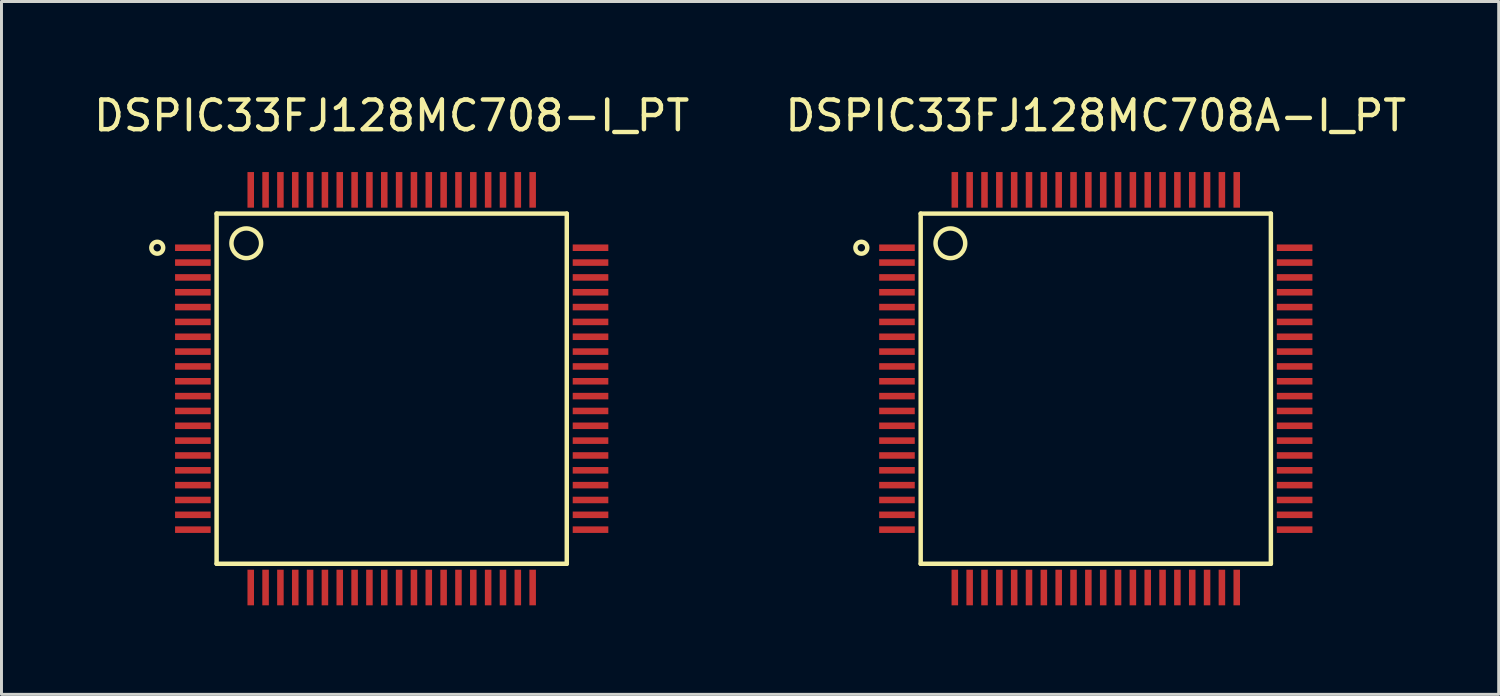
<source format=kicad_pcb>
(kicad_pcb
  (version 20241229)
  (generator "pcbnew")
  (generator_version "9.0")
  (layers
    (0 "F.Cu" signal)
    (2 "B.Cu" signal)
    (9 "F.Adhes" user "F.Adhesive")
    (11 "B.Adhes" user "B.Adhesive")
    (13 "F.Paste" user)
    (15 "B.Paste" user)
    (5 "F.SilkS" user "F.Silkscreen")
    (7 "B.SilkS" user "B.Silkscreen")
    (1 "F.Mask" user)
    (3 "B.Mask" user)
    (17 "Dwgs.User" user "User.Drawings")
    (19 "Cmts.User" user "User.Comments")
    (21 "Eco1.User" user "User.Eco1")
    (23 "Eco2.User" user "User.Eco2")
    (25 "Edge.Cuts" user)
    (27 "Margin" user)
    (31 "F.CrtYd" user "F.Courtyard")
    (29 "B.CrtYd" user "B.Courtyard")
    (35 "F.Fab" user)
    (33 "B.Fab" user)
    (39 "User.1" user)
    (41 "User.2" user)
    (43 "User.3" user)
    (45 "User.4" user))
  (footprint "DSPIC33FJ128MC708-I_PT"
    (layer "F.Cu")
    (at 3.449 3.348)
    (property "Reference" "DSPIC33FJ128MC708-I_PT" (at 6.7 -2.5 0) (layer "F.SilkS") (effects (font (size 1 1) (thickness 0.15))))
    (attr through_hole)
    (fp_line (start 0.8 0.8) (end 0.8 12.6) (stroke (width 0.15) (type solid)) (layer "F.SilkS"))
    (fp_line (start 0.8 0.8) (end 12.6 0.8) (stroke (width 0.15) (type solid)) (layer "F.SilkS"))
    (fp_line (start 0.8 12.6) (end 12.6 12.6) (stroke (width 0.15) (type solid)) (layer "F.SilkS"))
    (fp_line (start 12.6 12.6) (end 12.6 0.8) (stroke (width 0.15) (type solid)) (layer "F.SilkS"))
    (fp_circle (center -1.2 1.95) (end -1.2 1.75) (stroke (width 0.15) (type solid)) (fill no) (layer "F.SilkS"))
    (fp_circle (center 1.8 1.8) (end 1.8 1.3) (stroke (width 0.15) (type solid)) (fill no) (layer "F.SilkS"))
    (pad "1" smd rect (at 0 1.95) (size 1.2 0.22) (layers "F.Cu" "F.Mask" "F.Paste"))
    (pad "2" smd rect (at 0 2.45) (size 1.2 0.22) (layers "F.Cu" "F.Mask" "F.Paste"))
    (pad "3" smd rect (at 0 2.95) (size 1.2 0.22) (layers "F.Cu" "F.Mask" "F.Paste"))
    (pad "4" smd rect (at 0 3.45) (size 1.2 0.22) (layers "F.Cu" "F.Mask" "F.Paste"))
    (pad "5" smd rect (at 0 3.95) (size 1.2 0.22) (layers "F.Cu" "F.Mask" "F.Paste"))
    (pad "6" smd rect (at 0 4.45) (size 1.2 0.22) (layers "F.Cu" "F.Mask" "F.Paste"))
    (pad "7" smd rect (at 0 4.95) (size 1.2 0.22) (layers "F.Cu" "F.Mask" "F.Paste"))
    (pad "8" smd rect (at 0 5.45) (size 1.2 0.22) (layers "F.Cu" "F.Mask" "F.Paste"))
    (pad "9" smd rect (at 0 5.95) (size 1.2 0.22) (layers "F.Cu" "F.Mask" "F.Paste"))
    (pad "10" smd rect (at 0 6.45) (size 1.2 0.22) (layers "F.Cu" "F.Mask" "F.Paste"))
    (pad "11" smd rect (at 0 6.95) (size 1.2 0.22) (layers "F.Cu" "F.Mask" "F.Paste"))
    (pad "12" smd rect (at 0 7.45) (size 1.2 0.22) (layers "F.Cu" "F.Mask" "F.Paste"))
    (pad "13" smd rect (at 0 7.95) (size 1.2 0.22) (layers "F.Cu" "F.Mask" "F.Paste"))
    (pad "14" smd rect (at 0 8.45) (size 1.2 0.22) (layers "F.Cu" "F.Mask" "F.Paste"))
    (pad "15" smd rect (at 0 8.95) (size 1.2 0.22) (layers "F.Cu" "F.Mask" "F.Paste"))
    (pad "16" smd rect (at 0 9.45) (size 1.2 0.22) (layers "F.Cu" "F.Mask" "F.Paste"))
    (pad "17" smd rect (at 0 9.95) (size 1.2 0.22) (layers "F.Cu" "F.Mask" "F.Paste"))
    (pad "18" smd rect (at 0 10.45) (size 1.2 0.22) (layers "F.Cu" "F.Mask" "F.Paste"))
    (pad "19" smd rect (at 0 10.95) (size 1.2 0.22) (layers "F.Cu" "F.Mask" "F.Paste"))
    (pad "20" smd rect (at 0 11.45) (size 1.2 0.22) (layers "F.Cu" "F.Mask" "F.Paste"))
    (pad "21" smd rect (at 1.95 13.4) (size 0.22 1.2) (layers "F.Cu" "F.Mask" "F.Paste"))
    (pad "22" smd rect (at 2.45 13.4) (size 0.22 1.2) (layers "F.Cu" "F.Mask" "F.Paste"))
    (pad "23" smd rect (at 2.95 13.4) (size 0.22 1.2) (layers "F.Cu" "F.Mask" "F.Paste"))
    (pad "24" smd rect (at 3.45 13.4) (size 0.22 1.2) (layers "F.Cu" "F.Mask" "F.Paste"))
    (pad "25" smd rect (at 3.95 13.4) (size 0.22 1.2) (layers "F.Cu" "F.Mask" "F.Paste"))
    (pad "26" smd rect (at 4.45 13.4) (size 0.22 1.2) (layers "F.Cu" "F.Mask" "F.Paste"))
    (pad "27" smd rect (at 4.95 13.4) (size 0.22 1.2) (layers "F.Cu" "F.Mask" "F.Paste"))
    (pad "28" smd rect (at 5.45 13.4) (size 0.22 1.2) (layers "F.Cu" "F.Mask" "F.Paste"))
    (pad "29" smd rect (at 5.95 13.4) (size 0.22 1.2) (layers "F.Cu" "F.Mask" "F.Paste"))
    (pad "30" smd rect (at 6.45 13.4) (size 0.22 1.2) (layers "F.Cu" "F.Mask" "F.Paste"))
    (pad "31" smd rect (at 6.95 13.4) (size 0.22 1.2) (layers "F.Cu" "F.Mask" "F.Paste"))
    (pad "32" smd rect (at 7.45 13.4) (size 0.22 1.2) (layers "F.Cu" "F.Mask" "F.Paste"))
    (pad "33" smd rect (at 7.95 13.4) (size 0.22 1.2) (layers "F.Cu" "F.Mask" "F.Paste"))
    (pad "34" smd rect (at 8.45 13.4) (size 0.22 1.2) (layers "F.Cu" "F.Mask" "F.Paste"))
    (pad "35" smd rect (at 8.95 13.4) (size 0.22 1.2) (layers "F.Cu" "F.Mask" "F.Paste"))
    (pad "36" smd rect (at 9.45 13.4) (size 0.22 1.2) (layers "F.Cu" "F.Mask" "F.Paste"))
    (pad "37" smd rect (at 9.95 13.4) (size 0.22 1.2) (layers "F.Cu" "F.Mask" "F.Paste"))
    (pad "38" smd rect (at 10.45 13.4) (size 0.22 1.2) (layers "F.Cu" "F.Mask" "F.Paste"))
    (pad "39" smd rect (at 10.95 13.4) (size 0.22 1.2) (layers "F.Cu" "F.Mask" "F.Paste"))
    (pad "40" smd rect (at 11.45 13.4) (size 0.22 1.2) (layers "F.Cu" "F.Mask" "F.Paste"))
    (pad "41" smd rect (at 13.4 11.45) (size 1.2 0.22) (layers "F.Cu" "F.Mask" "F.Paste"))
    (pad "42" smd rect (at 13.4 10.95) (size 1.2 0.22) (layers "F.Cu" "F.Mask" "F.Paste"))
    (pad "43" smd rect (at 13.4 10.45) (size 1.2 0.22) (layers "F.Cu" "F.Mask" "F.Paste"))
    (pad "44" smd rect (at 13.4 9.95) (size 1.2 0.22) (layers "F.Cu" "F.Mask" "F.Paste"))
    (pad "45" smd rect (at 13.4 9.45) (size 1.2 0.22) (layers "F.Cu" "F.Mask" "F.Paste"))
    (pad "46" smd rect (at 13.4 8.95) (size 1.2 0.22) (layers "F.Cu" "F.Mask" "F.Paste"))
    (pad "47" smd rect (at 13.4 8.45) (size 1.2 0.22) (layers "F.Cu" "F.Mask" "F.Paste"))
    (pad "48" smd rect (at 13.4 7.95) (size 1.2 0.22) (layers "F.Cu" "F.Mask" "F.Paste"))
    (pad "49" smd rect (at 13.4 7.45) (size 1.2 0.22) (layers "F.Cu" "F.Mask" "F.Paste"))
    (pad "50" smd rect (at 13.4 6.95) (size 1.2 0.22) (layers "F.Cu" "F.Mask" "F.Paste"))
    (pad "51" smd rect (at 13.4 6.45) (size 1.2 0.22) (layers "F.Cu" "F.Mask" "F.Paste"))
    (pad "52" smd rect (at 13.4 5.95) (size 1.2 0.22) (layers "F.Cu" "F.Mask" "F.Paste"))
    (pad "53" smd rect (at 13.4 5.45) (size 1.2 0.22) (layers "F.Cu" "F.Mask" "F.Paste"))
    (pad "54" smd rect (at 13.4 4.95) (size 1.2 0.22) (layers "F.Cu" "F.Mask" "F.Paste"))
    (pad "55" smd rect (at 13.4 4.45) (size 1.2 0.22) (layers "F.Cu" "F.Mask" "F.Paste"))
    (pad "56" smd rect (at 13.4 3.95) (size 1.2 0.22) (layers "F.Cu" "F.Mask" "F.Paste"))
    (pad "57" smd rect (at 13.4 3.45) (size 1.2 0.22) (layers "F.Cu" "F.Mask" "F.Paste"))
    (pad "58" smd rect (at 13.4 2.95) (size 1.2 0.22) (layers "F.Cu" "F.Mask" "F.Paste"))
    (pad "59" smd rect (at 13.4 2.45) (size 1.2 0.22) (layers "F.Cu" "F.Mask" "F.Paste"))
    (pad "60" smd rect (at 13.4 1.95) (size 1.2 0.22) (layers "F.Cu" "F.Mask" "F.Paste"))
    (pad "61" smd rect (at 11.45 0) (size 0.22 1.2) (layers "F.Cu" "F.Mask" "F.Paste"))
    (pad "62" smd rect (at 10.95 0) (size 0.22 1.2) (layers "F.Cu" "F.Mask" "F.Paste"))
    (pad "63" smd rect (at 10.45 0) (size 0.22 1.2) (layers "F.Cu" "F.Mask" "F.Paste"))
    (pad "64" smd rect (at 9.95 0) (size 0.22 1.2) (layers "F.Cu" "F.Mask" "F.Paste"))
    (pad "65" smd rect (at 9.45 0) (size 0.22 1.2) (layers "F.Cu" "F.Mask" "F.Paste"))
    (pad "66" smd rect (at 8.95 0) (size 0.22 1.2) (layers "F.Cu" "F.Mask" "F.Paste"))
    (pad "67" smd rect (at 8.45 0) (size 0.22 1.2) (layers "F.Cu" "F.Mask" "F.Paste"))
    (pad "68" smd rect (at 7.95 0) (size 0.22 1.2) (layers "F.Cu" "F.Mask" "F.Paste"))
    (pad "69" smd rect (at 7.45 0) (size 0.22 1.2) (layers "F.Cu" "F.Mask" "F.Paste"))
    (pad "70" smd rect (at 6.95 0) (size 0.22 1.2) (layers "F.Cu" "F.Mask" "F.Paste"))
    (pad "71" smd rect (at 6.45 0) (size 0.22 1.2) (layers "F.Cu" "F.Mask" "F.Paste"))
    (pad "72" smd rect (at 5.95 0) (size 0.22 1.2) (layers "F.Cu" "F.Mask" "F.Paste"))
    (pad "73" smd rect (at 5.45 0) (size 0.22 1.2) (layers "F.Cu" "F.Mask" "F.Paste"))
    (pad "74" smd rect (at 4.95 0) (size 0.22 1.2) (layers "F.Cu" "F.Mask" "F.Paste"))
    (pad "75" smd rect (at 4.45 0) (size 0.22 1.2) (layers "F.Cu" "F.Mask" "F.Paste"))
    (pad "76" smd rect (at 3.95 0) (size 0.22 1.2) (layers "F.Cu" "F.Mask" "F.Paste"))
    (pad "77" smd rect (at 3.45 0) (size 0.22 1.2) (layers "F.Cu" "F.Mask" "F.Paste"))
    (pad "78" smd rect (at 2.95 0) (size 0.22 1.2) (layers "F.Cu" "F.Mask" "F.Paste"))
    (pad "79" smd rect (at 2.45 0) (size 0.22 1.2) (layers "F.Cu" "F.Mask" "F.Paste"))
    (pad "80" smd rect (at 1.95 0) (size 0.22 1.2) (layers "F.Cu" "F.Mask" "F.Paste")))
  (footprint "DSPIC33FJ128MC708A-I_PT"
    (layer "F.Cu")
    (at 27.175 3.348)
    (property "Reference" "DSPIC33FJ128MC708A-I_PT" (at 6.7 -2.5 0) (layer "F.SilkS") (effects (font (size 1 1) (thickness 0.15))))
    (attr through_hole)
    (fp_line (start 0.8 0.8) (end 0.8 12.6) (stroke (width 0.15) (type solid)) (layer "F.SilkS"))
    (fp_line (start 0.8 0.8) (end 12.6 0.8) (stroke (width 0.15) (type solid)) (layer "F.SilkS"))
    (fp_line (start 0.8 12.6) (end 12.6 12.6) (stroke (width 0.15) (type solid)) (layer "F.SilkS"))
    (fp_line (start 12.6 12.6) (end 12.6 0.8) (stroke (width 0.15) (type solid)) (layer "F.SilkS"))
    (fp_circle (center -1.2 1.95) (end -1.2 1.75) (stroke (width 0.15) (type solid)) (fill no) (layer "F.SilkS"))
    (fp_circle (center 1.8 1.8) (end 1.8 1.3) (stroke (width 0.15) (type solid)) (fill no) (layer "F.SilkS"))
    (pad "1" smd rect (at 0 1.95) (size 1.2 0.22) (layers "F.Cu" "F.Mask" "F.Paste"))
    (pad "2" smd rect (at 0 2.45) (size 1.2 0.22) (layers "F.Cu" "F.Mask" "F.Paste"))
    (pad "3" smd rect (at 0 2.95) (size 1.2 0.22) (layers "F.Cu" "F.Mask" "F.Paste"))
    (pad "4" smd rect (at 0 3.45) (size 1.2 0.22) (layers "F.Cu" "F.Mask" "F.Paste"))
    (pad "5" smd rect (at 0 3.95) (size 1.2 0.22) (layers "F.Cu" "F.Mask" "F.Paste"))
    (pad "6" smd rect (at 0 4.45) (size 1.2 0.22) (layers "F.Cu" "F.Mask" "F.Paste"))
    (pad "7" smd rect (at 0 4.95) (size 1.2 0.22) (layers "F.Cu" "F.Mask" "F.Paste"))
    (pad "8" smd rect (at 0 5.45) (size 1.2 0.22) (layers "F.Cu" "F.Mask" "F.Paste"))
    (pad "9" smd rect (at 0 5.95) (size 1.2 0.22) (layers "F.Cu" "F.Mask" "F.Paste"))
    (pad "10" smd rect (at 0 6.45) (size 1.2 0.22) (layers "F.Cu" "F.Mask" "F.Paste"))
    (pad "11" smd rect (at 0 6.95) (size 1.2 0.22) (layers "F.Cu" "F.Mask" "F.Paste"))
    (pad "12" smd rect (at 0 7.45) (size 1.2 0.22) (layers "F.Cu" "F.Mask" "F.Paste"))
    (pad "13" smd rect (at 0 7.95) (size 1.2 0.22) (layers "F.Cu" "F.Mask" "F.Paste"))
    (pad "14" smd rect (at 0 8.45) (size 1.2 0.22) (layers "F.Cu" "F.Mask" "F.Paste"))
    (pad "15" smd rect (at 0 8.95) (size 1.2 0.22) (layers "F.Cu" "F.Mask" "F.Paste"))
    (pad "16" smd rect (at 0 9.45) (size 1.2 0.22) (layers "F.Cu" "F.Mask" "F.Paste"))
    (pad "17" smd rect (at 0 9.95) (size 1.2 0.22) (layers "F.Cu" "F.Mask" "F.Paste"))
    (pad "18" smd rect (at 0 10.45) (size 1.2 0.22) (layers "F.Cu" "F.Mask" "F.Paste"))
    (pad "19" smd rect (at 0 10.95) (size 1.2 0.22) (layers "F.Cu" "F.Mask" "F.Paste"))
    (pad "20" smd rect (at 0 11.45) (size 1.2 0.22) (layers "F.Cu" "F.Mask" "F.Paste"))
    (pad "21" smd rect (at 1.95 13.4) (size 0.22 1.2) (layers "F.Cu" "F.Mask" "F.Paste"))
    (pad "22" smd rect (at 2.45 13.4) (size 0.22 1.2) (layers "F.Cu" "F.Mask" "F.Paste"))
    (pad "23" smd rect (at 2.95 13.4) (size 0.22 1.2) (layers "F.Cu" "F.Mask" "F.Paste"))
    (pad "24" smd rect (at 3.45 13.4) (size 0.22 1.2) (layers "F.Cu" "F.Mask" "F.Paste"))
    (pad "25" smd rect (at 3.95 13.4) (size 0.22 1.2) (layers "F.Cu" "F.Mask" "F.Paste"))
    (pad "26" smd rect (at 4.45 13.4) (size 0.22 1.2) (layers "F.Cu" "F.Mask" "F.Paste"))
    (pad "27" smd rect (at 4.95 13.4) (size 0.22 1.2) (layers "F.Cu" "F.Mask" "F.Paste"))
    (pad "28" smd rect (at 5.45 13.4) (size 0.22 1.2) (layers "F.Cu" "F.Mask" "F.Paste"))
    (pad "29" smd rect (at 5.95 13.4) (size 0.22 1.2) (layers "F.Cu" "F.Mask" "F.Paste"))
    (pad "30" smd rect (at 6.45 13.4) (size 0.22 1.2) (layers "F.Cu" "F.Mask" "F.Paste"))
    (pad "31" smd rect (at 6.95 13.4) (size 0.22 1.2) (layers "F.Cu" "F.Mask" "F.Paste"))
    (pad "32" smd rect (at 7.45 13.4) (size 0.22 1.2) (layers "F.Cu" "F.Mask" "F.Paste"))
    (pad "33" smd rect (at 7.95 13.4) (size 0.22 1.2) (layers "F.Cu" "F.Mask" "F.Paste"))
    (pad "34" smd rect (at 8.45 13.4) (size 0.22 1.2) (layers "F.Cu" "F.Mask" "F.Paste"))
    (pad "35" smd rect (at 8.95 13.4) (size 0.22 1.2) (layers "F.Cu" "F.Mask" "F.Paste"))
    (pad "36" smd rect (at 9.45 13.4) (size 0.22 1.2) (layers "F.Cu" "F.Mask" "F.Paste"))
    (pad "37" smd rect (at 9.95 13.4) (size 0.22 1.2) (layers "F.Cu" "F.Mask" "F.Paste"))
    (pad "38" smd rect (at 10.45 13.4) (size 0.22 1.2) (layers "F.Cu" "F.Mask" "F.Paste"))
    (pad "39" smd rect (at 10.95 13.4) (size 0.22 1.2) (layers "F.Cu" "F.Mask" "F.Paste"))
    (pad "40" smd rect (at 11.45 13.4) (size 0.22 1.2) (layers "F.Cu" "F.Mask" "F.Paste"))
    (pad "41" smd rect (at 13.4 11.45) (size 1.2 0.22) (layers "F.Cu" "F.Mask" "F.Paste"))
    (pad "42" smd rect (at 13.4 10.95) (size 1.2 0.22) (layers "F.Cu" "F.Mask" "F.Paste"))
    (pad "43" smd rect (at 13.4 10.45) (size 1.2 0.22) (layers "F.Cu" "F.Mask" "F.Paste"))
    (pad "44" smd rect (at 13.4 9.95) (size 1.2 0.22) (layers "F.Cu" "F.Mask" "F.Paste"))
    (pad "45" smd rect (at 13.4 9.45) (size 1.2 0.22) (layers "F.Cu" "F.Mask" "F.Paste"))
    (pad "46" smd rect (at 13.4 8.95) (size 1.2 0.22) (layers "F.Cu" "F.Mask" "F.Paste"))
    (pad "47" smd rect (at 13.4 8.45) (size 1.2 0.22) (layers "F.Cu" "F.Mask" "F.Paste"))
    (pad "48" smd rect (at 13.4 7.95) (size 1.2 0.22) (layers "F.Cu" "F.Mask" "F.Paste"))
    (pad "49" smd rect (at 13.4 7.45) (size 1.2 0.22) (layers "F.Cu" "F.Mask" "F.Paste"))
    (pad "50" smd rect (at 13.4 6.95) (size 1.2 0.22) (layers "F.Cu" "F.Mask" "F.Paste"))
    (pad "51" smd rect (at 13.4 6.45) (size 1.2 0.22) (layers "F.Cu" "F.Mask" "F.Paste"))
    (pad "52" smd rect (at 13.4 5.95) (size 1.2 0.22) (layers "F.Cu" "F.Mask" "F.Paste"))
    (pad "53" smd rect (at 13.4 5.45) (size 1.2 0.22) (layers "F.Cu" "F.Mask" "F.Paste"))
    (pad "54" smd rect (at 13.4 4.95) (size 1.2 0.22) (layers "F.Cu" "F.Mask" "F.Paste"))
    (pad "55" smd rect (at 13.4 4.45) (size 1.2 0.22) (layers "F.Cu" "F.Mask" "F.Paste"))
    (pad "56" smd rect (at 13.4 3.95) (size 1.2 0.22) (layers "F.Cu" "F.Mask" "F.Paste"))
    (pad "57" smd rect (at 13.4 3.45) (size 1.2 0.22) (layers "F.Cu" "F.Mask" "F.Paste"))
    (pad "58" smd rect (at 13.4 2.95) (size 1.2 0.22) (layers "F.Cu" "F.Mask" "F.Paste"))
    (pad "59" smd rect (at 13.4 2.45) (size 1.2 0.22) (layers "F.Cu" "F.Mask" "F.Paste"))
    (pad "60" smd rect (at 13.4 1.95) (size 1.2 0.22) (layers "F.Cu" "F.Mask" "F.Paste"))
    (pad "61" smd rect (at 11.45 0) (size 0.22 1.2) (layers "F.Cu" "F.Mask" "F.Paste"))
    (pad "62" smd rect (at 10.95 0) (size 0.22 1.2) (layers "F.Cu" "F.Mask" "F.Paste"))
    (pad "63" smd rect (at 10.45 0) (size 0.22 1.2) (layers "F.Cu" "F.Mask" "F.Paste"))
    (pad "64" smd rect (at 9.95 0) (size 0.22 1.2) (layers "F.Cu" "F.Mask" "F.Paste"))
    (pad "65" smd rect (at 9.45 0) (size 0.22 1.2) (layers "F.Cu" "F.Mask" "F.Paste"))
    (pad "66" smd rect (at 8.95 0) (size 0.22 1.2) (layers "F.Cu" "F.Mask" "F.Paste"))
    (pad "67" smd rect (at 8.45 0) (size 0.22 1.2) (layers "F.Cu" "F.Mask" "F.Paste"))
    (pad "68" smd rect (at 7.95 0) (size 0.22 1.2) (layers "F.Cu" "F.Mask" "F.Paste"))
    (pad "69" smd rect (at 7.45 0) (size 0.22 1.2) (layers "F.Cu" "F.Mask" "F.Paste"))
    (pad "70" smd rect (at 6.95 0) (size 0.22 1.2) (layers "F.Cu" "F.Mask" "F.Paste"))
    (pad "71" smd rect (at 6.45 0) (size 0.22 1.2) (layers "F.Cu" "F.Mask" "F.Paste"))
    (pad "72" smd rect (at 5.95 0) (size 0.22 1.2) (layers "F.Cu" "F.Mask" "F.Paste"))
    (pad "73" smd rect (at 5.45 0) (size 0.22 1.2) (layers "F.Cu" "F.Mask" "F.Paste"))
    (pad "74" smd rect (at 4.95 0) (size 0.22 1.2) (layers "F.Cu" "F.Mask" "F.Paste"))
    (pad "75" smd rect (at 4.45 0) (size 0.22 1.2) (layers "F.Cu" "F.Mask" "F.Paste"))
    (pad "76" smd rect (at 3.95 0) (size 0.22 1.2) (layers "F.Cu" "F.Mask" "F.Paste"))
    (pad "77" smd rect (at 3.45 0) (size 0.22 1.2) (layers "F.Cu" "F.Mask" "F.Paste"))
    (pad "78" smd rect (at 2.95 0) (size 0.22 1.2) (layers "F.Cu" "F.Mask" "F.Paste"))
    (pad "79" smd rect (at 2.45 0) (size 0.22 1.2) (layers "F.Cu" "F.Mask" "F.Paste"))
    (pad "80" smd rect (at 1.95 0) (size 0.22 1.2) (layers "F.Cu" "F.Mask" "F.Paste")))
  (gr_rect
    (start -3 -3)
    (end 47.452 20.348)
    (stroke (width 0.1) (type default))
    (fill no)
    (layer "Edge.Cuts")))
</source>
